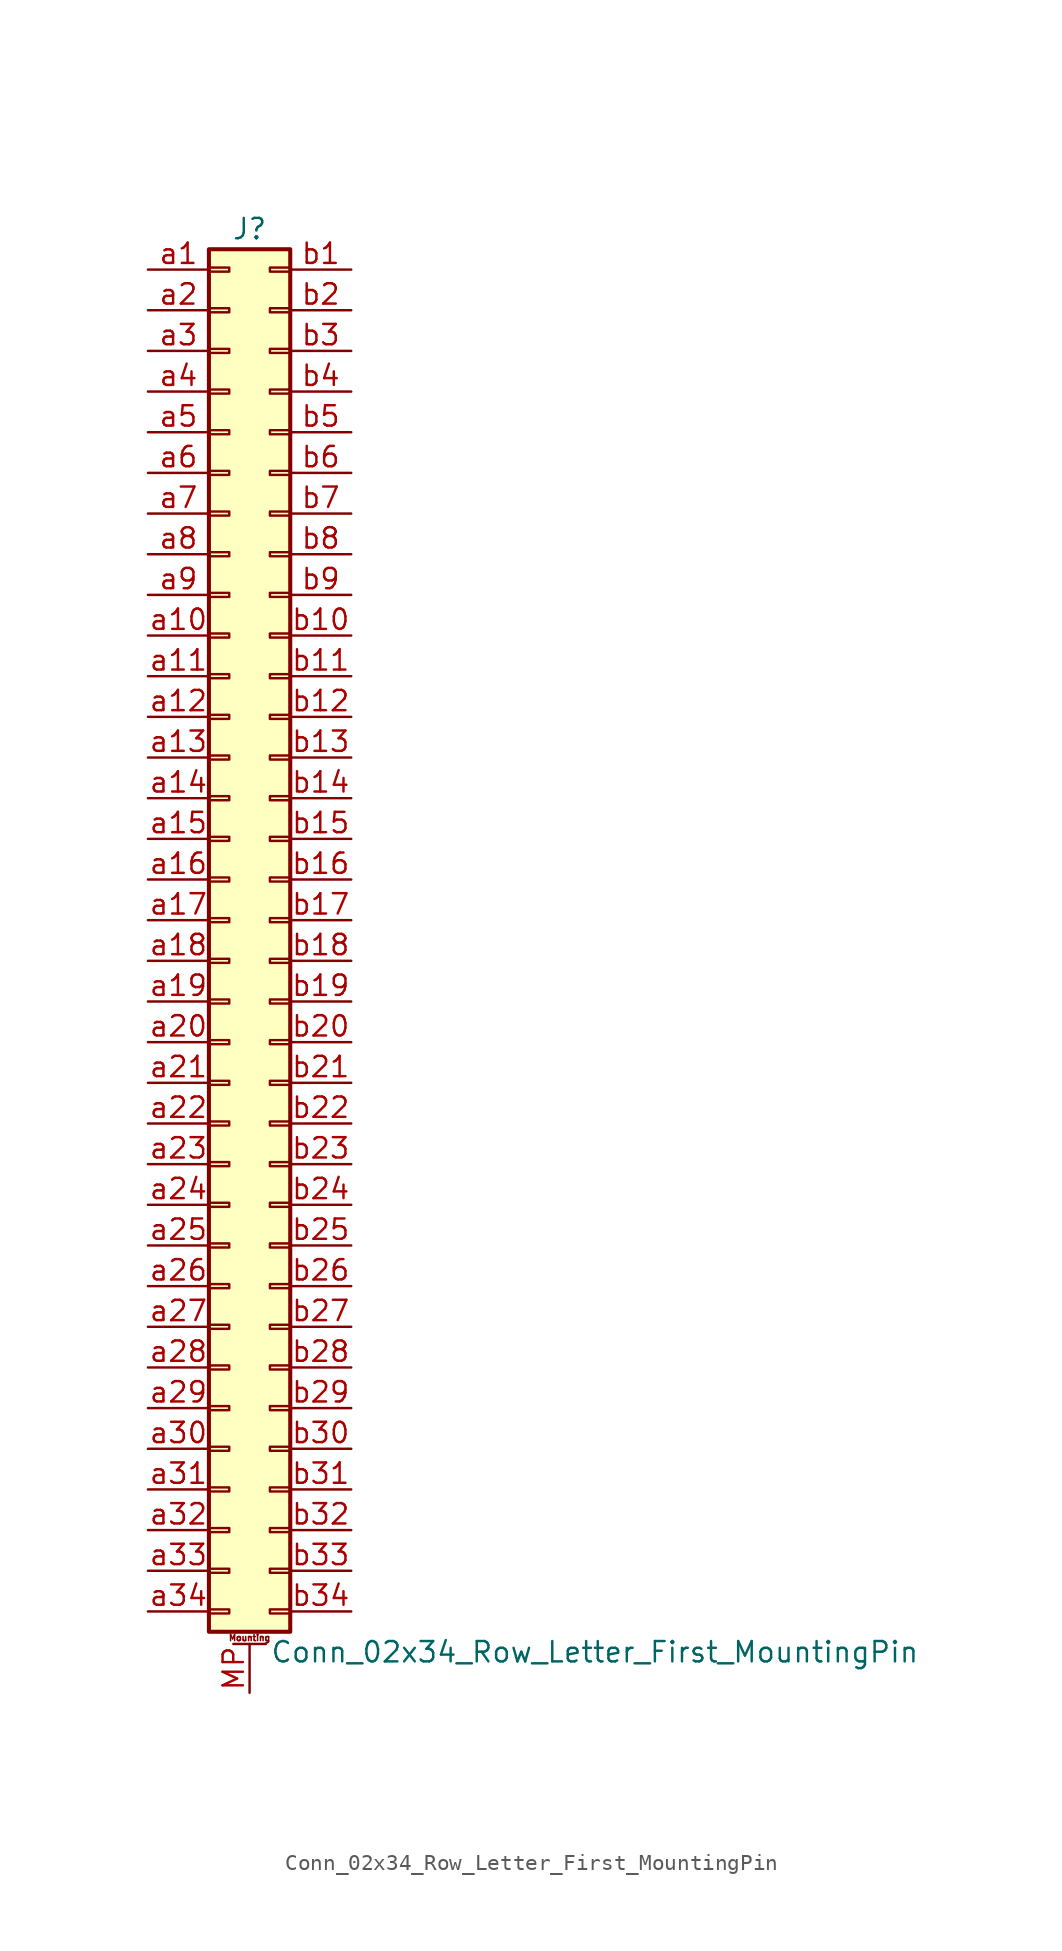
<source format=kicad_sym>
(kicad_symbol_lib
  (version 20201005)
  (generator kicad_symbol_editor)
  (symbol "Conn_02x34_Row_Letter_First_MountingPin"
    (pin_names
      (offset 1.016) hide)
    (property "Reference" "J"
      (at 1.27 43.18 0)
      (effects (font (size 1.27 1.27))))
    (property "Value" "Conn_02x34_Row_Letter_First_MountingPin"
      (at 2.54 -45.72 0)
      (effects (font (size 1.27 1.27)) (justify left)))
    (symbol "Conn_02x34_Row_Letter_First_MountingPin_1_1"
      (text "Mounting" (at 1.27 -44.831 0) (effects (font (size 0.381 0.381))))
      (rectangle (start -1.27 -43.053) (end 0 -43.307) (stroke (width 0.152)) (fill (type none)))
      (rectangle (start -1.27 -40.513) (end 0 -40.767) (stroke (width 0.152)) (fill (type none)))
      (rectangle (start -1.27 -37.973) (end 0 -38.227) (stroke (width 0.152)) (fill (type none)))
      (rectangle (start -1.27 -35.433) (end 0 -35.687) (stroke (width 0.152)) (fill (type none)))
      (rectangle (start -1.27 -32.893) (end 0 -33.147) (stroke (width 0.152)) (fill (type none)))
      (rectangle (start -1.27 -30.353) (end 0 -30.607) (stroke (width 0.152)) (fill (type none)))
      (rectangle (start -1.27 -27.813) (end 0 -28.067) (stroke (width 0.152)) (fill (type none)))
      (rectangle (start -1.27 -25.273) (end 0 -25.527) (stroke (width 0.152)) (fill (type none)))
      (rectangle (start -1.27 -22.733) (end 0 -22.987) (stroke (width 0.152)) (fill (type none)))
      (rectangle (start -1.27 -20.193) (end 0 -20.447) (stroke (width 0.152)) (fill (type none)))
      (rectangle (start -1.27 -17.653) (end 0 -17.907) (stroke (width 0.152)) (fill (type none)))
      (rectangle (start -1.27 -15.113) (end 0 -15.367) (stroke (width 0.152)) (fill (type none)))
      (rectangle (start -1.27 -12.573) (end 0 -12.827) (stroke (width 0.152)) (fill (type none)))
      (rectangle (start -1.27 -10.033) (end 0 -10.287) (stroke (width 0.152)) (fill (type none)))
      (rectangle (start -1.27 -7.493) (end 0 -7.747) (stroke (width 0.152)) (fill (type none)))
      (rectangle (start -1.27 -4.953) (end 0 -5.207) (stroke (width 0.152)) (fill (type none)))
      (rectangle (start -1.27 -2.413) (end 0 -2.667) (stroke (width 0.152)) (fill (type none)))
      (rectangle (start -1.27 0.127) (end 0 -0.127) (stroke (width 0.152)) (fill (type none)))
      (rectangle (start -1.27 2.667) (end 0 2.413) (stroke (width 0.152)) (fill (type none)))
      (rectangle (start -1.27 5.207) (end 0 4.953) (stroke (width 0.152)) (fill (type none)))
      (rectangle (start -1.27 7.747) (end 0 7.493) (stroke (width 0.152)) (fill (type none)))
      (rectangle (start -1.27 10.287) (end 0 10.033) (stroke (width 0.152)) (fill (type none)))
      (rectangle (start -1.27 12.827) (end 0 12.573) (stroke (width 0.152)) (fill (type none)))
      (rectangle (start -1.27 15.367) (end 0 15.113) (stroke (width 0.152)) (fill (type none)))
      (rectangle (start -1.27 17.907) (end 0 17.653) (stroke (width 0.152)) (fill (type none)))
      (rectangle (start -1.27 20.447) (end 0 20.193) (stroke (width 0.152)) (fill (type none)))
      (rectangle (start -1.27 22.987) (end 0 22.733) (stroke (width 0.152)) (fill (type none)))
      (rectangle (start -1.27 25.527) (end 0 25.273) (stroke (width 0.152)) (fill (type none)))
      (rectangle (start -1.27 28.067) (end 0 27.813) (stroke (width 0.152)) (fill (type none)))
      (rectangle (start -1.27 30.607) (end 0 30.353) (stroke (width 0.152)) (fill (type none)))
      (rectangle (start -1.27 33.147) (end 0 32.893) (stroke (width 0.152)) (fill (type none)))
      (rectangle (start -1.27 35.687) (end 0 35.433) (stroke (width 0.152)) (fill (type none)))
      (rectangle (start -1.27 38.227) (end 0 37.973) (stroke (width 0.152)) (fill (type none)))
      (rectangle (start -1.27 40.767) (end 0 40.513) (stroke (width 0.152)) (fill (type none)))
      (rectangle (start 3.81 -43.053) (end 2.54 -43.307) (stroke (width 0.152)) (fill (type none)))
      (rectangle (start 3.81 -40.513) (end 2.54 -40.767) (stroke (width 0.152)) (fill (type none)))
      (rectangle (start 3.81 -37.973) (end 2.54 -38.227) (stroke (width 0.152)) (fill (type none)))
      (rectangle (start 3.81 -35.433) (end 2.54 -35.687) (stroke (width 0.152)) (fill (type none)))
      (rectangle (start 3.81 -32.893) (end 2.54 -33.147) (stroke (width 0.152)) (fill (type none)))
      (rectangle (start 3.81 -30.353) (end 2.54 -30.607) (stroke (width 0.152)) (fill (type none)))
      (rectangle (start 3.81 -27.813) (end 2.54 -28.067) (stroke (width 0.152)) (fill (type none)))
      (rectangle (start 3.81 -25.273) (end 2.54 -25.527) (stroke (width 0.152)) (fill (type none)))
      (rectangle (start 3.81 -22.733) (end 2.54 -22.987) (stroke (width 0.152)) (fill (type none)))
      (rectangle (start 3.81 -20.193) (end 2.54 -20.447) (stroke (width 0.152)) (fill (type none)))
      (rectangle (start 3.81 -17.653) (end 2.54 -17.907) (stroke (width 0.152)) (fill (type none)))
      (rectangle (start 3.81 -15.113) (end 2.54 -15.367) (stroke (width 0.152)) (fill (type none)))
      (rectangle (start 3.81 -12.573) (end 2.54 -12.827) (stroke (width 0.152)) (fill (type none)))
      (rectangle (start 3.81 -10.033) (end 2.54 -10.287) (stroke (width 0.152)) (fill (type none)))
      (rectangle (start 3.81 -7.493) (end 2.54 -7.747) (stroke (width 0.152)) (fill (type none)))
      (rectangle (start 3.81 -4.953) (end 2.54 -5.207) (stroke (width 0.152)) (fill (type none)))
      (rectangle (start 3.81 -2.413) (end 2.54 -2.667) (stroke (width 0.152)) (fill (type none)))
      (rectangle (start 3.81 0.127) (end 2.54 -0.127) (stroke (width 0.152)) (fill (type none)))
      (rectangle (start 3.81 2.667) (end 2.54 2.413) (stroke (width 0.152)) (fill (type none)))
      (rectangle (start 3.81 5.207) (end 2.54 4.953) (stroke (width 0.152)) (fill (type none)))
      (rectangle (start 3.81 7.747) (end 2.54 7.493) (stroke (width 0.152)) (fill (type none)))
      (rectangle (start 3.81 10.287) (end 2.54 10.033) (stroke (width 0.152)) (fill (type none)))
      (rectangle (start 3.81 12.827) (end 2.54 12.573) (stroke (width 0.152)) (fill (type none)))
      (rectangle (start 3.81 15.367) (end 2.54 15.113) (stroke (width 0.152)) (fill (type none)))
      (rectangle (start 3.81 17.907) (end 2.54 17.653) (stroke (width 0.152)) (fill (type none)))
      (rectangle (start 3.81 20.447) (end 2.54 20.193) (stroke (width 0.152)) (fill (type none)))
      (rectangle (start 3.81 22.987) (end 2.54 22.733) (stroke (width 0.152)) (fill (type none)))
      (rectangle (start 3.81 25.527) (end 2.54 25.273) (stroke (width 0.152)) (fill (type none)))
      (rectangle (start 3.81 28.067) (end 2.54 27.813) (stroke (width 0.152)) (fill (type none)))
      (rectangle (start 3.81 30.607) (end 2.54 30.353) (stroke (width 0.152)) (fill (type none)))
      (rectangle (start 3.81 33.147) (end 2.54 32.893) (stroke (width 0.152)) (fill (type none)))
      (rectangle (start 3.81 35.687) (end 2.54 35.433) (stroke (width 0.152)) (fill (type none)))
      (rectangle (start 3.81 38.227) (end 2.54 37.973) (stroke (width 0.152)) (fill (type none)))
      (rectangle (start 3.81 40.767) (end 2.54 40.513) (stroke (width 0.152)) (fill (type none)))
      (rectangle (start -1.27 41.91) (end 3.81 -44.45) (stroke (width 0.254)) (fill (type background)))
      (polyline (pts (xy 0.254 -45.212) (xy 2.286 -45.212)) (stroke (width 0.152)) (fill (type none)))
      (pin passive line (at 1.27 -48.26 90) (length 3.048) (name "MountPin" (effects (font (size 1.27 1.27)))) (number "MP" (effects (font (size 1.27 1.27)))))
      (pin passive line (at -5.08 40.64 0) (length 3.81) (name "Pin_a1" (effects (font (size 1.27 1.27)))) (number "a1" (effects (font (size 1.27 1.27)))))
      (pin passive line (at -5.08 17.78 0) (length 3.81) (name "Pin_a10" (effects (font (size 1.27 1.27)))) (number "a10" (effects (font (size 1.27 1.27)))))
      (pin passive line (at -5.08 15.24 0) (length 3.81) (name "Pin_a11" (effects (font (size 1.27 1.27)))) (number "a11" (effects (font (size 1.27 1.27)))))
      (pin passive line (at -5.08 12.7 0) (length 3.81) (name "Pin_a12" (effects (font (size 1.27 1.27)))) (number "a12" (effects (font (size 1.27 1.27)))))
      (pin passive line (at -5.08 10.16 0) (length 3.81) (name "Pin_a13" (effects (font (size 1.27 1.27)))) (number "a13" (effects (font (size 1.27 1.27)))))
      (pin passive line (at -5.08 7.62 0) (length 3.81) (name "Pin_a14" (effects (font (size 1.27 1.27)))) (number "a14" (effects (font (size 1.27 1.27)))))
      (pin passive line (at -5.08 5.08 0) (length 3.81) (name "Pin_a15" (effects (font (size 1.27 1.27)))) (number "a15" (effects (font (size 1.27 1.27)))))
      (pin passive line (at -5.08 2.54 0) (length 3.81) (name "Pin_a16" (effects (font (size 1.27 1.27)))) (number "a16" (effects (font (size 1.27 1.27)))))
      (pin passive line (at -5.08 0 0) (length 3.81) (name "Pin_a17" (effects (font (size 1.27 1.27)))) (number "a17" (effects (font (size 1.27 1.27)))))
      (pin passive line (at -5.08 -2.54 0) (length 3.81) (name "Pin_a18" (effects (font (size 1.27 1.27)))) (number "a18" (effects (font (size 1.27 1.27)))))
      (pin passive line (at -5.08 -5.08 0) (length 3.81) (name "Pin_a19" (effects (font (size 1.27 1.27)))) (number "a19" (effects (font (size 1.27 1.27)))))
      (pin passive line (at -5.08 38.1 0) (length 3.81) (name "Pin_a2" (effects (font (size 1.27 1.27)))) (number "a2" (effects (font (size 1.27 1.27)))))
      (pin passive line (at -5.08 -7.62 0) (length 3.81) (name "Pin_a20" (effects (font (size 1.27 1.27)))) (number "a20" (effects (font (size 1.27 1.27)))))
      (pin passive line (at -5.08 -10.16 0) (length 3.81) (name "Pin_a21" (effects (font (size 1.27 1.27)))) (number "a21" (effects (font (size 1.27 1.27)))))
      (pin passive line (at -5.08 -12.7 0) (length 3.81) (name "Pin_a22" (effects (font (size 1.27 1.27)))) (number "a22" (effects (font (size 1.27 1.27)))))
      (pin passive line (at -5.08 -15.24 0) (length 3.81) (name "Pin_a23" (effects (font (size 1.27 1.27)))) (number "a23" (effects (font (size 1.27 1.27)))))
      (pin passive line (at -5.08 -17.78 0) (length 3.81) (name "Pin_a24" (effects (font (size 1.27 1.27)))) (number "a24" (effects (font (size 1.27 1.27)))))
      (pin passive line (at -5.08 -20.32 0) (length 3.81) (name "Pin_a25" (effects (font (size 1.27 1.27)))) (number "a25" (effects (font (size 1.27 1.27)))))
      (pin passive line (at -5.08 -22.86 0) (length 3.81) (name "Pin_a26" (effects (font (size 1.27 1.27)))) (number "a26" (effects (font (size 1.27 1.27)))))
      (pin passive line (at -5.08 -25.4 0) (length 3.81) (name "Pin_a27" (effects (font (size 1.27 1.27)))) (number "a27" (effects (font (size 1.27 1.27)))))
      (pin passive line (at -5.08 -27.94 0) (length 3.81) (name "Pin_a28" (effects (font (size 1.27 1.27)))) (number "a28" (effects (font (size 1.27 1.27)))))
      (pin passive line (at -5.08 -30.48 0) (length 3.81) (name "Pin_a29" (effects (font (size 1.27 1.27)))) (number "a29" (effects (font (size 1.27 1.27)))))
      (pin passive line (at -5.08 35.56 0) (length 3.81) (name "Pin_a3" (effects (font (size 1.27 1.27)))) (number "a3" (effects (font (size 1.27 1.27)))))
      (pin passive line (at -5.08 -33.02 0) (length 3.81) (name "Pin_a30" (effects (font (size 1.27 1.27)))) (number "a30" (effects (font (size 1.27 1.27)))))
      (pin passive line (at -5.08 -35.56 0) (length 3.81) (name "Pin_a31" (effects (font (size 1.27 1.27)))) (number "a31" (effects (font (size 1.27 1.27)))))
      (pin passive line (at -5.08 -38.1 0) (length 3.81) (name "Pin_a32" (effects (font (size 1.27 1.27)))) (number "a32" (effects (font (size 1.27 1.27)))))
      (pin passive line (at -5.08 -40.64 0) (length 3.81) (name "Pin_a33" (effects (font (size 1.27 1.27)))) (number "a33" (effects (font (size 1.27 1.27)))))
      (pin passive line (at -5.08 -43.18 0) (length 3.81) (name "Pin_a34" (effects (font (size 1.27 1.27)))) (number "a34" (effects (font (size 1.27 1.27)))))
      (pin passive line (at -5.08 33.02 0) (length 3.81) (name "Pin_a4" (effects (font (size 1.27 1.27)))) (number "a4" (effects (font (size 1.27 1.27)))))
      (pin passive line (at -5.08 30.48 0) (length 3.81) (name "Pin_a5" (effects (font (size 1.27 1.27)))) (number "a5" (effects (font (size 1.27 1.27)))))
      (pin passive line (at -5.08 27.94 0) (length 3.81) (name "Pin_a6" (effects (font (size 1.27 1.27)))) (number "a6" (effects (font (size 1.27 1.27)))))
      (pin passive line (at -5.08 25.4 0) (length 3.81) (name "Pin_a7" (effects (font (size 1.27 1.27)))) (number "a7" (effects (font (size 1.27 1.27)))))
      (pin passive line (at -5.08 22.86 0) (length 3.81) (name "Pin_a8" (effects (font (size 1.27 1.27)))) (number "a8" (effects (font (size 1.27 1.27)))))
      (pin passive line (at -5.08 20.32 0) (length 3.81) (name "Pin_a9" (effects (font (size 1.27 1.27)))) (number "a9" (effects (font (size 1.27 1.27)))))
      (pin passive line (at 7.62 40.64 180) (length 3.81) (name "Pin_b1" (effects (font (size 1.27 1.27)))) (number "b1" (effects (font (size 1.27 1.27)))))
      (pin passive line (at 7.62 17.78 180) (length 3.81) (name "Pin_b10" (effects (font (size 1.27 1.27)))) (number "b10" (effects (font (size 1.27 1.27)))))
      (pin passive line (at 7.62 15.24 180) (length 3.81) (name "Pin_b11" (effects (font (size 1.27 1.27)))) (number "b11" (effects (font (size 1.27 1.27)))))
      (pin passive line (at 7.62 12.7 180) (length 3.81) (name "Pin_b12" (effects (font (size 1.27 1.27)))) (number "b12" (effects (font (size 1.27 1.27)))))
      (pin passive line (at 7.62 10.16 180) (length 3.81) (name "Pin_b13" (effects (font (size 1.27 1.27)))) (number "b13" (effects (font (size 1.27 1.27)))))
      (pin passive line (at 7.62 7.62 180) (length 3.81) (name "Pin_b14" (effects (font (size 1.27 1.27)))) (number "b14" (effects (font (size 1.27 1.27)))))
      (pin passive line (at 7.62 5.08 180) (length 3.81) (name "Pin_b15" (effects (font (size 1.27 1.27)))) (number "b15" (effects (font (size 1.27 1.27)))))
      (pin passive line (at 7.62 2.54 180) (length 3.81) (name "Pin_b16" (effects (font (size 1.27 1.27)))) (number "b16" (effects (font (size 1.27 1.27)))))
      (pin passive line (at 7.62 0 180) (length 3.81) (name "Pin_b17" (effects (font (size 1.27 1.27)))) (number "b17" (effects (font (size 1.27 1.27)))))
      (pin passive line (at 7.62 -2.54 180) (length 3.81) (name "Pin_b18" (effects (font (size 1.27 1.27)))) (number "b18" (effects (font (size 1.27 1.27)))))
      (pin passive line (at 7.62 -5.08 180) (length 3.81) (name "Pin_b19" (effects (font (size 1.27 1.27)))) (number "b19" (effects (font (size 1.27 1.27)))))
      (pin passive line (at 7.62 38.1 180) (length 3.81) (name "Pin_b2" (effects (font (size 1.27 1.27)))) (number "b2" (effects (font (size 1.27 1.27)))))
      (pin passive line (at 7.62 -7.62 180) (length 3.81) (name "Pin_b20" (effects (font (size 1.27 1.27)))) (number "b20" (effects (font (size 1.27 1.27)))))
      (pin passive line (at 7.62 -10.16 180) (length 3.81) (name "Pin_b21" (effects (font (size 1.27 1.27)))) (number "b21" (effects (font (size 1.27 1.27)))))
      (pin passive line (at 7.62 -12.7 180) (length 3.81) (name "Pin_b22" (effects (font (size 1.27 1.27)))) (number "b22" (effects (font (size 1.27 1.27)))))
      (pin passive line (at 7.62 -15.24 180) (length 3.81) (name "Pin_b23" (effects (font (size 1.27 1.27)))) (number "b23" (effects (font (size 1.27 1.27)))))
      (pin passive line (at 7.62 -17.78 180) (length 3.81) (name "Pin_b24" (effects (font (size 1.27 1.27)))) (number "b24" (effects (font (size 1.27 1.27)))))
      (pin passive line (at 7.62 -20.32 180) (length 3.81) (name "Pin_b25" (effects (font (size 1.27 1.27)))) (number "b25" (effects (font (size 1.27 1.27)))))
      (pin passive line (at 7.62 -22.86 180) (length 3.81) (name "Pin_b26" (effects (font (size 1.27 1.27)))) (number "b26" (effects (font (size 1.27 1.27)))))
      (pin passive line (at 7.62 -25.4 180) (length 3.81) (name "Pin_b27" (effects (font (size 1.27 1.27)))) (number "b27" (effects (font (size 1.27 1.27)))))
      (pin passive line (at 7.62 -27.94 180) (length 3.81) (name "Pin_b28" (effects (font (size 1.27 1.27)))) (number "b28" (effects (font (size 1.27 1.27)))))
      (pin passive line (at 7.62 -30.48 180) (length 3.81) (name "Pin_b29" (effects (font (size 1.27 1.27)))) (number "b29" (effects (font (size 1.27 1.27)))))
      (pin passive line (at 7.62 35.56 180) (length 3.81) (name "Pin_b3" (effects (font (size 1.27 1.27)))) (number "b3" (effects (font (size 1.27 1.27)))))
      (pin passive line (at 7.62 -33.02 180) (length 3.81) (name "Pin_b30" (effects (font (size 1.27 1.27)))) (number "b30" (effects (font (size 1.27 1.27)))))
      (pin passive line (at 7.62 -35.56 180) (length 3.81) (name "Pin_b31" (effects (font (size 1.27 1.27)))) (number "b31" (effects (font (size 1.27 1.27)))))
      (pin passive line (at 7.62 -38.1 180) (length 3.81) (name "Pin_b32" (effects (font (size 1.27 1.27)))) (number "b32" (effects (font (size 1.27 1.27)))))
      (pin passive line (at 7.62 -40.64 180) (length 3.81) (name "Pin_b33" (effects (font (size 1.27 1.27)))) (number "b33" (effects (font (size 1.27 1.27)))))
      (pin passive line (at 7.62 -43.18 180) (length 3.81) (name "Pin_b34" (effects (font (size 1.27 1.27)))) (number "b34" (effects (font (size 1.27 1.27)))))
      (pin passive line (at 7.62 33.02 180) (length 3.81) (name "Pin_b4" (effects (font (size 1.27 1.27)))) (number "b4" (effects (font (size 1.27 1.27)))))
      (pin passive line (at 7.62 30.48 180) (length 3.81) (name "Pin_b5" (effects (font (size 1.27 1.27)))) (number "b5" (effects (font (size 1.27 1.27)))))
      (pin passive line (at 7.62 27.94 180) (length 3.81) (name "Pin_b6" (effects (font (size 1.27 1.27)))) (number "b6" (effects (font (size 1.27 1.27)))))
      (pin passive line (at 7.62 25.4 180) (length 3.81) (name "Pin_b7" (effects (font (size 1.27 1.27)))) (number "b7" (effects (font (size 1.27 1.27)))))
      (pin passive line (at 7.62 22.86 180) (length 3.81) (name "Pin_b8" (effects (font (size 1.27 1.27)))) (number "b8" (effects (font (size 1.27 1.27)))))
      (pin passive line (at 7.62 20.32 180) (length 3.81) (name "Pin_b9" (effects (font (size 1.27 1.27)))) (number "b9" (effects (font (size 1.27 1.27))))))))
</source>
